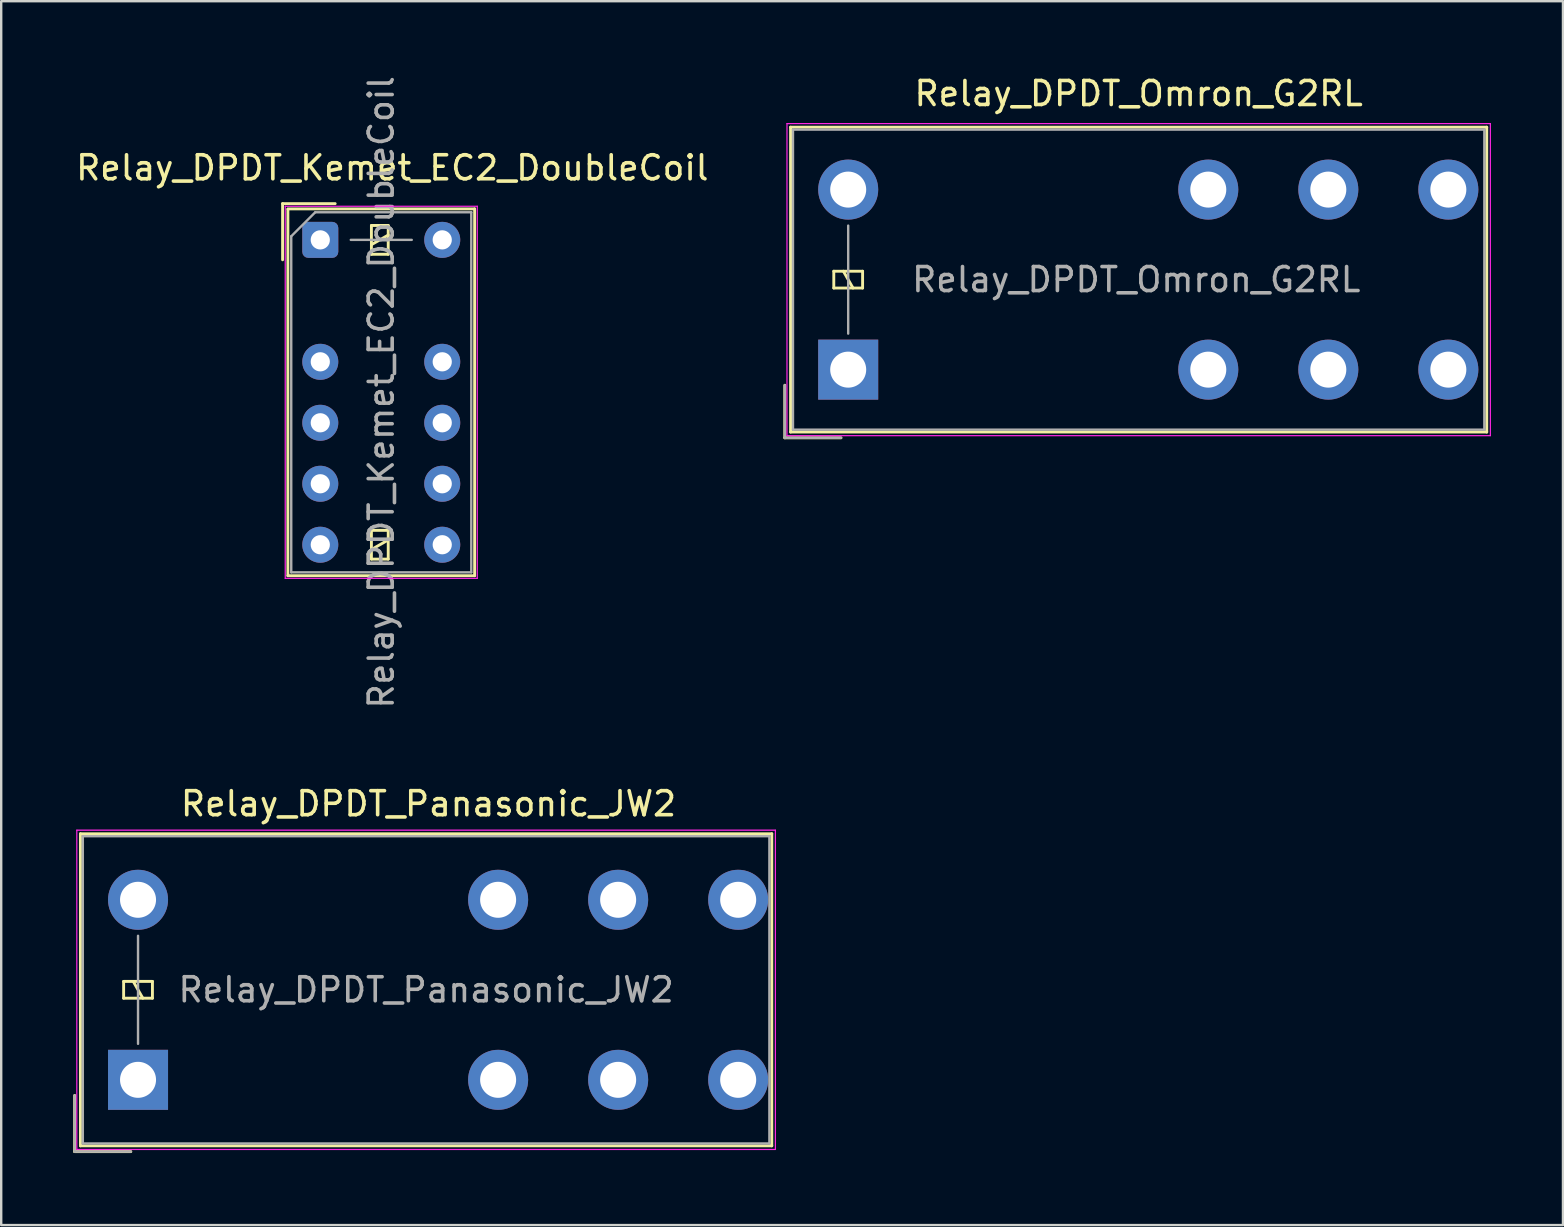
<source format=kicad_pcb>
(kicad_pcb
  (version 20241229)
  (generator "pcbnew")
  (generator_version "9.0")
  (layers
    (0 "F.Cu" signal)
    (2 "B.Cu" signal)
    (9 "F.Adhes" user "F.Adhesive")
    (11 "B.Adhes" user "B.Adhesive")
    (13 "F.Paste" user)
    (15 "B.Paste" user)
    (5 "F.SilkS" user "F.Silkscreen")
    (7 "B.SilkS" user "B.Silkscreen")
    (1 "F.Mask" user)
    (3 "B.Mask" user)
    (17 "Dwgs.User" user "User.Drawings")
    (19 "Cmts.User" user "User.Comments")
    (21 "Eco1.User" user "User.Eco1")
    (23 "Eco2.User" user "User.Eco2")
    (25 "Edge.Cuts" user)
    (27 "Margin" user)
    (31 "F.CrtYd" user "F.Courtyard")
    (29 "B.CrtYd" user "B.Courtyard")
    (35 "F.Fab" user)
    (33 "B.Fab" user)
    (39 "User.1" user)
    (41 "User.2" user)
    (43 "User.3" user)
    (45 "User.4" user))
  (footprint "Relay_DPDT_Omron_G2RL"
    (layer "F.Cu")
    (at 32.283 12.348)
    (property "Reference" "Relay_DPDT_Omron_G2RL" (at 12.1 -11.5 180) (layer "F.SilkS") (effects (font (size 1 1) (thickness 0.15))))
    (attr through_hole)
    (fp_line (start -2.64 2.84) (end -2.64 0.65) (stroke (width 0.12) (type solid)) (layer "F.SilkS"))
    (fp_line (start -2.4 -10.1) (end -2.4 2.6) (stroke (width 0.12) (type solid)) (layer "F.SilkS"))
    (fp_line (start -2.4 2.6) (end 26.6 2.6) (stroke (width 0.12) (type solid)) (layer "F.SilkS"))
    (fp_line (start -0.6 -4.1) (end -0.6 -3.4) (stroke (width 0.12) (type solid)) (layer "F.SilkS"))
    (fp_line (start -0.6 -3.4) (end 0.6 -3.4) (stroke (width 0.12) (type solid)) (layer "F.SilkS"))
    (fp_line (start -0.3 2.84) (end -2.64 2.84) (stroke (width 0.12) (type solid)) (layer "F.SilkS"))
    (fp_line (start 0.2 -3.4) (end -0.2 -4.1) (stroke (width 0.12) (type solid)) (layer "F.SilkS"))
    (fp_line (start 0.6 -4.1) (end -0.6 -4.1) (stroke (width 0.12) (type solid)) (layer "F.SilkS"))
    (fp_line (start 0.6 -3.4) (end 0.6 -4.1) (stroke (width 0.12) (type solid)) (layer "F.SilkS"))
    (fp_line (start 26.6 -10.1) (end -2.4 -10.1) (stroke (width 0.12) (type solid)) (layer "F.SilkS"))
    (fp_line (start 26.6 2.6) (end 26.6 -10.1) (stroke (width 0.12) (type solid)) (layer "F.SilkS"))
    (fp_line (start -2.55 -10.25) (end -2.55 2.75) (stroke (width 0.05) (type solid)) (layer "F.CrtYd"))
    (fp_line (start -2.55 2.75) (end 26.75 2.75) (stroke (width 0.05) (type solid)) (layer "F.CrtYd"))
    (fp_line (start 26.75 -10.25) (end -2.55 -10.25) (stroke (width 0.05) (type solid)) (layer "F.CrtYd"))
    (fp_line (start 26.75 2.75) (end 26.75 -10.25) (stroke (width 0.05) (type solid)) (layer "F.CrtYd"))
    (fp_line (start -2.64 2.84) (end -2.64 0.65) (stroke (width 0.1) (type solid)) (layer "F.Fab"))
    (fp_line (start -2.3 -10) (end -2.3 2.5) (stroke (width 0.1) (type solid)) (layer "F.Fab"))
    (fp_line (start -2.3 2.5) (end 26.5 2.5) (stroke (width 0.1) (type solid)) (layer "F.Fab"))
    (fp_line (start -0.3 2.84) (end -2.64 2.84) (stroke (width 0.1) (type solid)) (layer "F.Fab"))
    (fp_line (start 0 -1.5) (end 0 -6) (stroke (width 0.1) (type solid)) (layer "F.Fab"))
    (fp_line (start 26.5 -10) (end -2.3 -10) (stroke (width 0.1) (type solid)) (layer "F.Fab"))
    (fp_line (start 26.5 2.5) (end 26.5 -10) (stroke (width 0.1) (type solid)) (layer "F.Fab"))
    (fp_text user "${REFERENCE}" (at 12 -3.75 180) (layer "F.Fab") (effects (font (size 1 1) (thickness 0.15))))
    (pad "1" thru_hole rect (at 0 0 90) (size 2.5 2.5) (drill 1.5) (layers "*.Cu" "*.Mask"))
    (pad "2" thru_hole oval (at 15 0 90) (size 2.5 2.5) (drill 1.5) (layers "*.Cu" "*.Mask"))
    (pad "3" thru_hole oval (at 20 0 90) (size 2.5 2.5) (drill 1.5) (layers "*.Cu" "*.Mask"))
    (pad "4" thru_hole oval (at 25 0 90) (size 2.5 2.5) (drill 1.5) (layers "*.Cu" "*.Mask"))
    (pad "5" thru_hole oval (at 25 -7.5 90) (size 2.5 2.5) (drill 1.5) (layers "*.Cu" "*.Mask"))
    (pad "6" thru_hole oval (at 20 -7.5 90) (size 2.5 2.5) (drill 1.5) (layers "*.Cu" "*.Mask"))
    (pad "7" thru_hole oval (at 15 -7.5 90) (size 2.5 2.5) (drill 1.5) (layers "*.Cu" "*.Mask"))
    (pad "8" thru_hole oval (at 0 -7.5 90) (size 2.5 2.5) (drill 1.5) (layers "*.Cu" "*.Mask")))
  (footprint "Relay_DPDT_Kemet_EC2_DoubleCoil"
    (layer "F.Cu")
    (at 10.292 6.942)
    (property "Reference" "Relay_DPDT_Kemet_EC2_DoubleCoil" (at 3 -3 180) (layer "F.SilkS") (effects (font (size 1 1) (thickness 0.15))))
    (attr through_hole)
    (fp_line (start -1.57 -1.51) (end 0.62 -1.51) (stroke (width 0.12) (type solid)) (layer "F.SilkS"))
    (fp_line (start -1.57 0.83) (end -1.57 -1.51) (stroke (width 0.12) (type solid)) (layer "F.SilkS"))
    (fp_line (start -1.35 -1.27) (end -1.35 13.99) (stroke (width 0.12) (type solid)) (layer "F.SilkS"))
    (fp_line (start 2.13 -0.6) (end 2.13 0.6) (stroke (width 0.12) (type solid)) (layer "F.SilkS"))
    (fp_line (start 2.13 0.2) (end 2.83 -0.2) (stroke (width 0.12) (type solid)) (layer "F.SilkS"))
    (fp_line (start 2.13 0.6) (end 2.83 0.6) (stroke (width 0.12) (type solid)) (layer "F.SilkS"))
    (fp_line (start 2.13 12.1) (end 2.13 13.3) (stroke (width 0.12) (type solid)) (layer "F.SilkS"))
    (fp_line (start 2.13 12.9) (end 2.83 12.5) (stroke (width 0.12) (type solid)) (layer "F.SilkS"))
    (fp_line (start 2.13 13.3) (end 2.83 13.3) (stroke (width 0.12) (type solid)) (layer "F.SilkS"))
    (fp_line (start 2.83 -0.6) (end 2.13 -0.6) (stroke (width 0.12) (type solid)) (layer "F.SilkS"))
    (fp_line (start 2.83 0.6) (end 2.83 -0.6) (stroke (width 0.12) (type solid)) (layer "F.SilkS"))
    (fp_line (start 2.83 12.1) (end 2.13 12.1) (stroke (width 0.12) (type solid)) (layer "F.SilkS"))
    (fp_line (start 2.83 13.3) (end 2.83 12.1) (stroke (width 0.12) (type solid)) (layer "F.SilkS"))
    (fp_line (start 6.43 -1.29) (end -1.35 -1.29) (stroke (width 0.12) (type solid)) (layer "F.SilkS"))
    (fp_line (start 6.43 -1.29) (end 6.43 13.99) (stroke (width 0.12) (type solid)) (layer "F.SilkS"))
    (fp_line (start 6.43 13.99) (end -1.35 13.99) (stroke (width 0.12) (type solid)) (layer "F.SilkS"))
    (fp_line (start -1.46 -1.4) (end -1.46 14.1) (stroke (width 0.05) (type solid)) (layer "F.CrtYd"))
    (fp_line (start -1.46 14.1) (end 6.54 14.1) (stroke (width 0.05) (type solid)) (layer "F.CrtYd"))
    (fp_line (start 6.54 -1.4) (end -1.46 -1.4) (stroke (width 0.05) (type solid)) (layer "F.CrtYd"))
    (fp_line (start 6.54 -1.4) (end 6.54 14.1) (stroke (width 0.05) (type solid)) (layer "F.CrtYd"))
    (fp_line (start -1.21 -0.15) (end -1.21 13.85) (stroke (width 0.1) (type solid)) (layer "F.Fab"))
    (fp_line (start -1.21 -0.15) (end -0.21 -1.15) (stroke (width 0.1) (type solid)) (layer "F.Fab"))
    (fp_line (start 1.27 0) (end 3.81 0) (stroke (width 0.1) (type solid)) (layer "F.Fab"))
    (fp_line (start 6.29 -1.15) (end -0.21 -1.15) (stroke (width 0.1) (type solid)) (layer "F.Fab"))
    (fp_line (start 6.29 -1.15) (end 6.29 13.85) (stroke (width 0.1) (type solid)) (layer "F.Fab"))
    (fp_line (start 6.29 13.85) (end -1.21 13.85) (stroke (width 0.1) (type solid)) (layer "F.Fab"))
    (fp_text user "${REFERENCE}" (at 2.54 6.35 90) (layer "F.Fab") (effects (font (size 1 1) (thickness 0.15))))
    (pad "1" thru_hole roundrect (at 0 0) (size 1.5 1.5) (drill 0.8) (layers "*.Cu" "*.Mask") (roundrect_rratio 0.167))
    (pad "3" thru_hole circle (at 0 5.08) (size 1.5 1.5) (drill 0.8) (layers "*.Cu" "*.Mask"))
    (pad "4" thru_hole circle (at 0 7.62) (size 1.5 1.5) (drill 0.8) (layers "*.Cu" "*.Mask"))
    (pad "5" thru_hole circle (at 0 10.16) (size 1.5 1.5) (drill 0.8) (layers "*.Cu" "*.Mask"))
    (pad "6" thru_hole circle (at 0 12.7) (size 1.5 1.5) (drill 0.8) (layers "*.Cu" "*.Mask"))
    (pad "7" thru_hole circle (at 5.08 12.7) (size 1.5 1.5) (drill 0.8) (layers "*.Cu" "*.Mask"))
    (pad "8" thru_hole circle (at 5.08 10.16) (size 1.5 1.5) (drill 0.8) (layers "*.Cu" "*.Mask"))
    (pad "9" thru_hole circle (at 5.08 7.62) (size 1.5 1.5) (drill 0.8) (layers "*.Cu" "*.Mask"))
    (pad "10" thru_hole circle (at 5.08 5.08) (size 1.5 1.5) (drill 0.8) (layers "*.Cu" "*.Mask"))
    (pad "12" thru_hole circle (at 5.08 0) (size 1.5 1.5) (drill 0.8) (layers "*.Cu" "*.Mask")))
  (footprint "Relay_DPDT_Panasonic_JW2"
    (layer "F.Cu")
    (at 2.7 41.932)
    (property "Reference" "Relay_DPDT_Panasonic_JW2" (at 12.1 -11.5 180) (layer "F.SilkS") (effects (font (size 1 1) (thickness 0.15))))
    (attr through_hole)
    (fp_line (start -2.64 2.99) (end -2.64 0.65) (stroke (width 0.12) (type solid)) (layer "F.SilkS"))
    (fp_line (start -2.4 -10.25) (end -2.4 2.75) (stroke (width 0.12) (type solid)) (layer "F.SilkS"))
    (fp_line (start -2.4 2.75) (end 26.4 2.75) (stroke (width 0.12) (type solid)) (layer "F.SilkS"))
    (fp_line (start -0.6 -4.1) (end -0.6 -3.4) (stroke (width 0.12) (type solid)) (layer "F.SilkS"))
    (fp_line (start -0.6 -3.4) (end 0.6 -3.4) (stroke (width 0.12) (type solid)) (layer "F.SilkS"))
    (fp_line (start -0.3 2.99) (end -2.64 2.99) (stroke (width 0.12) (type solid)) (layer "F.SilkS"))
    (fp_line (start 0.2 -3.4) (end -0.2 -4.1) (stroke (width 0.12) (type solid)) (layer "F.SilkS"))
    (fp_line (start 0.6 -4.1) (end -0.6 -4.1) (stroke (width 0.12) (type solid)) (layer "F.SilkS"))
    (fp_line (start 0.6 -3.4) (end 0.6 -4.1) (stroke (width 0.12) (type solid)) (layer "F.SilkS"))
    (fp_line (start 26.4 -10.25) (end -2.4 -10.25) (stroke (width 0.12) (type solid)) (layer "F.SilkS"))
    (fp_line (start 26.4 2.75) (end 26.4 -10.25) (stroke (width 0.12) (type solid)) (layer "F.SilkS"))
    (fp_line (start -2.55 -10.4) (end -2.55 2.9) (stroke (width 0.05) (type solid)) (layer "F.CrtYd"))
    (fp_line (start -2.55 2.9) (end 26.55 2.9) (stroke (width 0.05) (type solid)) (layer "F.CrtYd"))
    (fp_line (start 26.55 -10.4) (end -2.55 -10.4) (stroke (width 0.05) (type solid)) (layer "F.CrtYd"))
    (fp_line (start 26.55 2.9) (end 26.55 -10.4) (stroke (width 0.05) (type solid)) (layer "F.CrtYd"))
    (fp_line (start -2.64 2.99) (end -2.64 0.65) (stroke (width 0.1) (type solid)) (layer "F.Fab"))
    (fp_line (start -2.3 -10.15) (end -2.3 2.65) (stroke (width 0.1) (type solid)) (layer "F.Fab"))
    (fp_line (start -2.3 2.65) (end 26.3 2.65) (stroke (width 0.1) (type solid)) (layer "F.Fab"))
    (fp_line (start -0.3 2.99) (end -2.64 2.99) (stroke (width 0.1) (type solid)) (layer "F.Fab"))
    (fp_line (start 0 -1.5) (end 0 -6) (stroke (width 0.1) (type solid)) (layer "F.Fab"))
    (fp_line (start 26.3 -10.15) (end -2.3 -10.15) (stroke (width 0.1) (type solid)) (layer "F.Fab"))
    (fp_line (start 26.3 2.65) (end 26.3 -10.15) (stroke (width 0.1) (type solid)) (layer "F.Fab"))
    (fp_text user "${REFERENCE}" (at 12 -3.75 180) (layer "F.Fab") (effects (font (size 1 1) (thickness 0.15))))
    (pad "1" thru_hole rect (at 0 0 90) (size 2.5 2.5) (drill 1.5) (layers "*.Cu" "*.Mask"))
    (pad "2" thru_hole oval (at 15 0 90) (size 2.5 2.5) (drill 1.5) (layers "*.Cu" "*.Mask"))
    (pad "3" thru_hole oval (at 20 0 90) (size 2.5 2.5) (drill 1.5) (layers "*.Cu" "*.Mask"))
    (pad "4" thru_hole oval (at 25 0 90) (size 2.5 2.5) (drill 1.5) (layers "*.Cu" "*.Mask"))
    (pad "5" thru_hole oval (at 25 -7.5 90) (size 2.5 2.5) (drill 1.5) (layers "*.Cu" "*.Mask"))
    (pad "6" thru_hole oval (at 20 -7.5 90) (size 2.5 2.5) (drill 1.5) (layers "*.Cu" "*.Mask"))
    (pad "7" thru_hole oval (at 15 -7.5 90) (size 2.5 2.5) (drill 1.5) (layers "*.Cu" "*.Mask"))
    (pad "8" thru_hole oval (at 0 -7.5 90) (size 2.5 2.5) (drill 1.5) (layers "*.Cu" "*.Mask")))
  (gr_rect
    (start -3 -3)
    (end 62.058 47.982)
    (stroke (width 0.1) (type default))
    (fill no)
    (layer "Edge.Cuts")))
</source>
